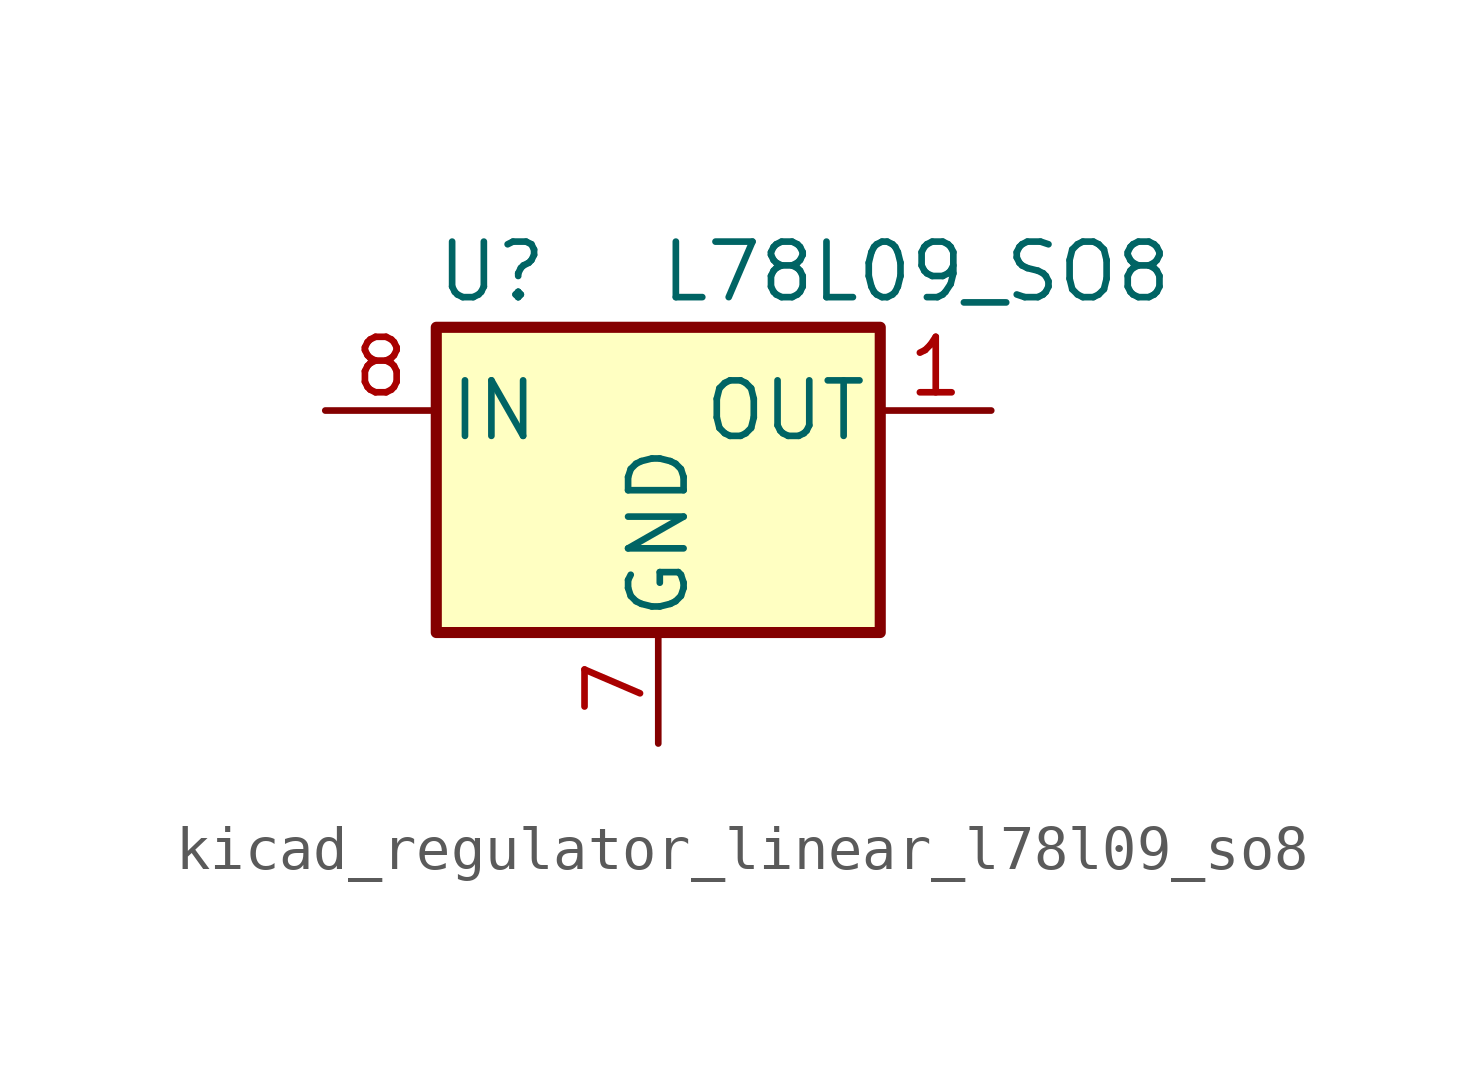
<source format=kicad_sym>
(kicad_symbol_lib
  (version 20220914)
  (generator kicad_symbol_editor)
  (symbol "kicad_regulator_linear_l78l09_so8"
    (pin_names
      (offset 0.254))
    (property "Reference" "U"
      (at -3.81 3.175 0)
      (effects (font (size 1.27 1.27))))
    (property "Value" "L78L09_SO8"
      (at 0 3.175 0)
      (effects (font (size 1.27 1.27)) (justify left)))
    (symbol "kicad_regulator_linear_l78l09_so8_0_1"
      (rectangle (start -5.08 1.905) (end 5.08 -5.08) (stroke (width 0.254) (type default)) (fill (type background))))
    (symbol "kicad_regulator_linear_l78l09_so8_1_1"
      (pin power_out line (at 7.62 0 180) (length 2.54) (name "OUT" (effects (font (size 1.27 1.27)))) (number "1" (effects (font (size 1.27 1.27)))))
      (pin passive line (at 0 -7.62 90) (length 2.54) hide (name "GND" (effects (font (size 1.27 1.27)))) (number "2" (effects (font (size 1.27 1.27)))))
      (pin passive line (at 0 -7.62 90) (length 2.54) hide (name "GND" (effects (font (size 1.27 1.27)))) (number "3" (effects (font (size 1.27 1.27)))))
      (pin no_connect line (at -5.08 -2.54 0) (length 2.54) hide (name "NC" (effects (font (size 1.27 1.27)))) (number "4" (effects (font (size 1.27 1.27)))))
      (pin no_connect line (at 5.08 -2.54 180) (length 2.54) hide (name "NC" (effects (font (size 1.27 1.27)))) (number "5" (effects (font (size 1.27 1.27)))))
      (pin passive line (at 0 -7.62 90) (length 2.54) hide (name "GND" (effects (font (size 1.27 1.27)))) (number "6" (effects (font (size 1.27 1.27)))))
      (pin power_in line (at 0 -7.62 90) (length 2.54) (name "GND" (effects (font (size 1.27 1.27)))) (number "7" (effects (font (size 1.27 1.27)))))
      (pin power_in line (at -7.62 0 0) (length 2.54) (name "IN" (effects (font (size 1.27 1.27)))) (number "8" (effects (font (size 1.27 1.27))))))))
</source>
